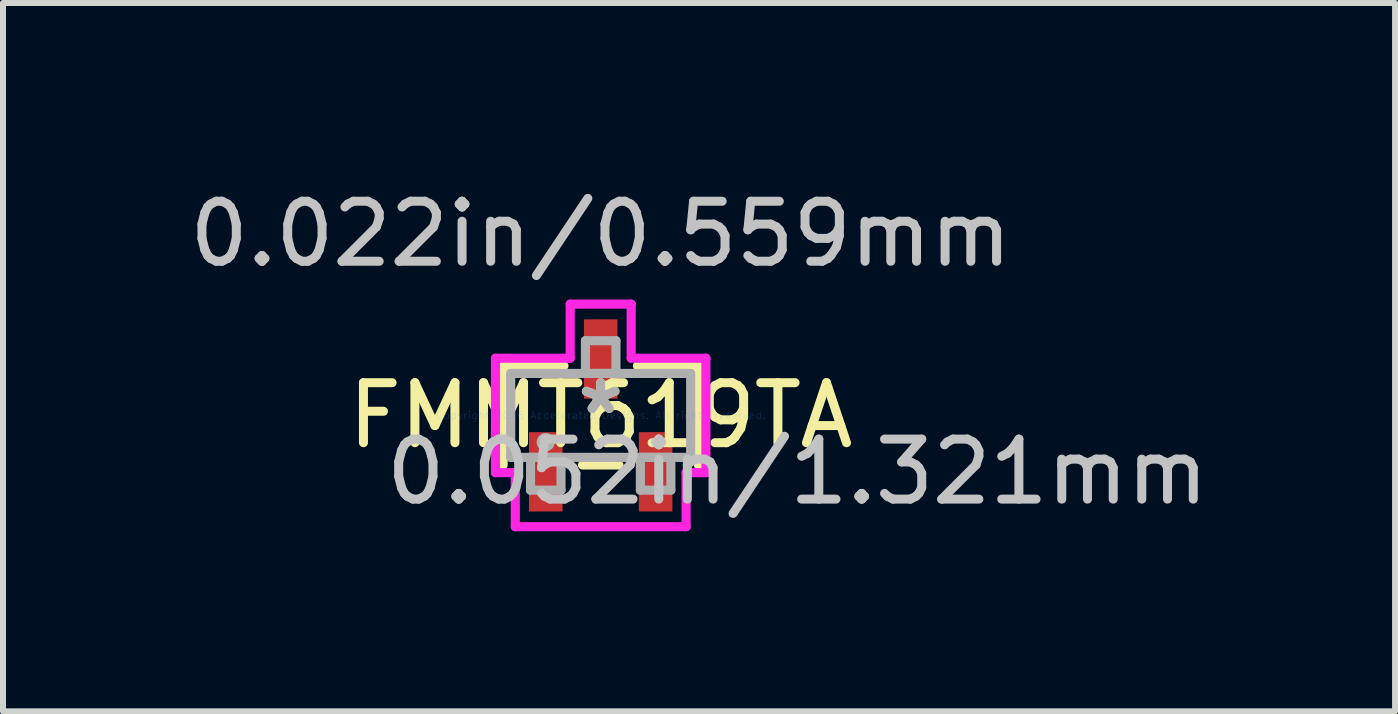
<source format=kicad_pcb>
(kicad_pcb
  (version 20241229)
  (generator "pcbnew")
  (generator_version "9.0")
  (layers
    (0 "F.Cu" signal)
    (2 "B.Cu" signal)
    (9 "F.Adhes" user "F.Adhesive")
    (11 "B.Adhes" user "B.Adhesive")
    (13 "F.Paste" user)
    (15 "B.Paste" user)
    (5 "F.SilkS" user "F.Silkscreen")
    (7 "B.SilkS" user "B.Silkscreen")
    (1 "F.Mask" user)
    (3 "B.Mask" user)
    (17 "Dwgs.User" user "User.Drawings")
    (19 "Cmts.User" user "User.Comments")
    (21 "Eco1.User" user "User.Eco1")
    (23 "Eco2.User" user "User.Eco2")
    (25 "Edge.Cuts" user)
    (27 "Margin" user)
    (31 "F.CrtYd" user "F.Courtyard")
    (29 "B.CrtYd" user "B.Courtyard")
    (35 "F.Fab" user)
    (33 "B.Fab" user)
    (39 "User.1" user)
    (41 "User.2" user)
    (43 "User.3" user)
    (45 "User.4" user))
  (footprint "FMMT619TA"
    (layer "F.Cu")
    (at 6.958 3.871)
    (property "Reference" "FMMT619TA" (at 0 0 0) (layer "F.SilkS") (effects (font (size 1 1) (thickness 0.15))))
    (attr through_hole)
    (fp_line (start -1.626 -0.826) (end -1.626 0.826) (stroke (width 0.152) (type solid)) (layer "F.SilkS"))
    (fp_line (start -0.612 -0.826) (end -1.626 -0.826) (stroke (width 0.152) (type solid)) (layer "F.SilkS"))
    (fp_line (start -0.303 0.826) (end 0.303 0.826) (stroke (width 0.152) (type solid)) (layer "F.SilkS"))
    (fp_line (start 1.626 -0.826) (end 0.612 -0.826) (stroke (width 0.152) (type solid)) (layer "F.SilkS"))
    (fp_line (start 1.626 0.826) (end 1.626 -0.826) (stroke (width 0.152) (type solid)) (layer "F.SilkS"))
    (fp_line (start -1.753 -0.953) (end -0.508 -0.953) (stroke (width 0.152) (type solid)) (layer "F.CrtYd"))
    (fp_line (start -1.753 0.953) (end -1.753 -0.953) (stroke (width 0.152) (type solid)) (layer "F.CrtYd"))
    (fp_line (start -1.423 0.953) (end -1.753 0.953) (stroke (width 0.152) (type solid)) (layer "F.CrtYd"))
    (fp_line (start -1.423 1.854) (end -1.423 0.953) (stroke (width 0.152) (type solid)) (layer "F.CrtYd"))
    (fp_line (start -0.508 -1.854) (end 0.508 -1.854) (stroke (width 0.152) (type solid)) (layer "F.CrtYd"))
    (fp_line (start -0.508 -0.953) (end -0.508 -1.854) (stroke (width 0.152) (type solid)) (layer "F.CrtYd"))
    (fp_line (start 0.508 -1.854) (end 0.508 -0.953) (stroke (width 0.152) (type solid)) (layer "F.CrtYd"))
    (fp_line (start 0.508 -0.953) (end 1.753 -0.953) (stroke (width 0.152) (type solid)) (layer "F.CrtYd"))
    (fp_line (start 1.423 0.953) (end 1.423 1.854) (stroke (width 0.152) (type solid)) (layer "F.CrtYd"))
    (fp_line (start 1.423 1.854) (end -1.423 1.854) (stroke (width 0.152) (type solid)) (layer "F.CrtYd"))
    (fp_line (start 1.753 -0.953) (end 1.753 0.953) (stroke (width 0.152) (type solid)) (layer "F.CrtYd"))
    (fp_line (start 1.753 0.953) (end 1.423 0.953) (stroke (width 0.152) (type solid)) (layer "F.CrtYd"))
    (fp_line (start -1.499 -0.699) (end -1.499 0.699) (stroke (width 0.152) (type solid)) (layer "F.Fab"))
    (fp_line (start -1.499 0.699) (end 1.499 0.699) (stroke (width 0.152) (type solid)) (layer "F.Fab"))
    (fp_line (start -1.169 0.699) (end -1.169 1.245) (stroke (width 0.152) (type solid)) (layer "F.Fab"))
    (fp_line (start -1.169 1.245) (end -0.661 1.245) (stroke (width 0.152) (type solid)) (layer "F.Fab"))
    (fp_line (start -0.661 0.699) (end -1.169 0.699) (stroke (width 0.152) (type solid)) (layer "F.Fab"))
    (fp_line (start -0.661 1.245) (end -0.661 0.699) (stroke (width 0.152) (type solid)) (layer "F.Fab"))
    (fp_line (start -0.254 -1.245) (end -0.254 -0.699) (stroke (width 0.152) (type solid)) (layer "F.Fab"))
    (fp_line (start -0.254 -0.699) (end 0.254 -0.699) (stroke (width 0.152) (type solid)) (layer "F.Fab"))
    (fp_line (start 0.254 -1.245) (end -0.254 -1.245) (stroke (width 0.152) (type solid)) (layer "F.Fab"))
    (fp_line (start 0.254 -0.699) (end 0.254 -1.245) (stroke (width 0.152) (type solid)) (layer "F.Fab"))
    (fp_line (start 0.661 0.699) (end 0.661 1.245) (stroke (width 0.152) (type solid)) (layer "F.Fab"))
    (fp_line (start 0.661 1.245) (end 1.169 1.245) (stroke (width 0.152) (type solid)) (layer "F.Fab"))
    (fp_line (start 1.169 0.699) (end 0.661 0.699) (stroke (width 0.152) (type solid)) (layer "F.Fab"))
    (fp_line (start 1.169 1.245) (end 1.169 0.699) (stroke (width 0.152) (type solid)) (layer "F.Fab"))
    (fp_line (start 1.499 -0.699) (end -1.499 -0.699) (stroke (width 0.152) (type solid)) (layer "F.Fab"))
    (fp_line (start 1.499 0.699) (end 1.499 -0.699) (stroke (width 0.152) (type solid)) (layer "F.Fab"))
    (fp_circle (center -0.915 0.445) (end -0.915 0.445) (stroke (width 0.152) (type solid)) (fill no) (layer "F.Fab"))
    (fp_text user "*" (at 0 0 0) (layer "F.SilkS") (effects (font (size 1 1) (thickness 0.15))))
    (fp_text user "0.022in/0.559mm" (at 0 -3.023 0) (layer "Dwgs.User") (effects (font (size 1 1) (thickness 0.15))))
    (fp_text user "0.052in/1.321mm" (at 3.277 0.94 0) (layer "Dwgs.User") (effects (font (size 1 1) (thickness 0.15))))
    (fp_text user "Copyright 2016 Accelerated Designs. All rights reserved." (at 0 0 0) (layer "Cmts.User") (effects (font (size 0.127 0.127) (thickness 0.002))))
    (fp_text user "*" (at 0 0 0) (layer "F.Fab") (effects (font (size 1 1) (thickness 0.15))))
    (pad "1" smd rect (at -0.915 0.94) (size 0.559 1.321) (layers "F.Cu" "F.Mask" "F.Paste"))
    (pad "2" smd rect (at 0 -0.94) (size 0.559 1.321) (layers "F.Cu" "F.Mask" "F.Paste"))
    (pad "3" smd rect (at 0.915 0.94) (size 0.559 1.321) (layers "F.Cu" "F.Mask" "F.Paste")))
  (gr_rect
    (start -3 -3)
    (end 20.193 8.801)
    (stroke (width 0.1) (type default))
    (fill no)
    (layer "Edge.Cuts")))
</source>
